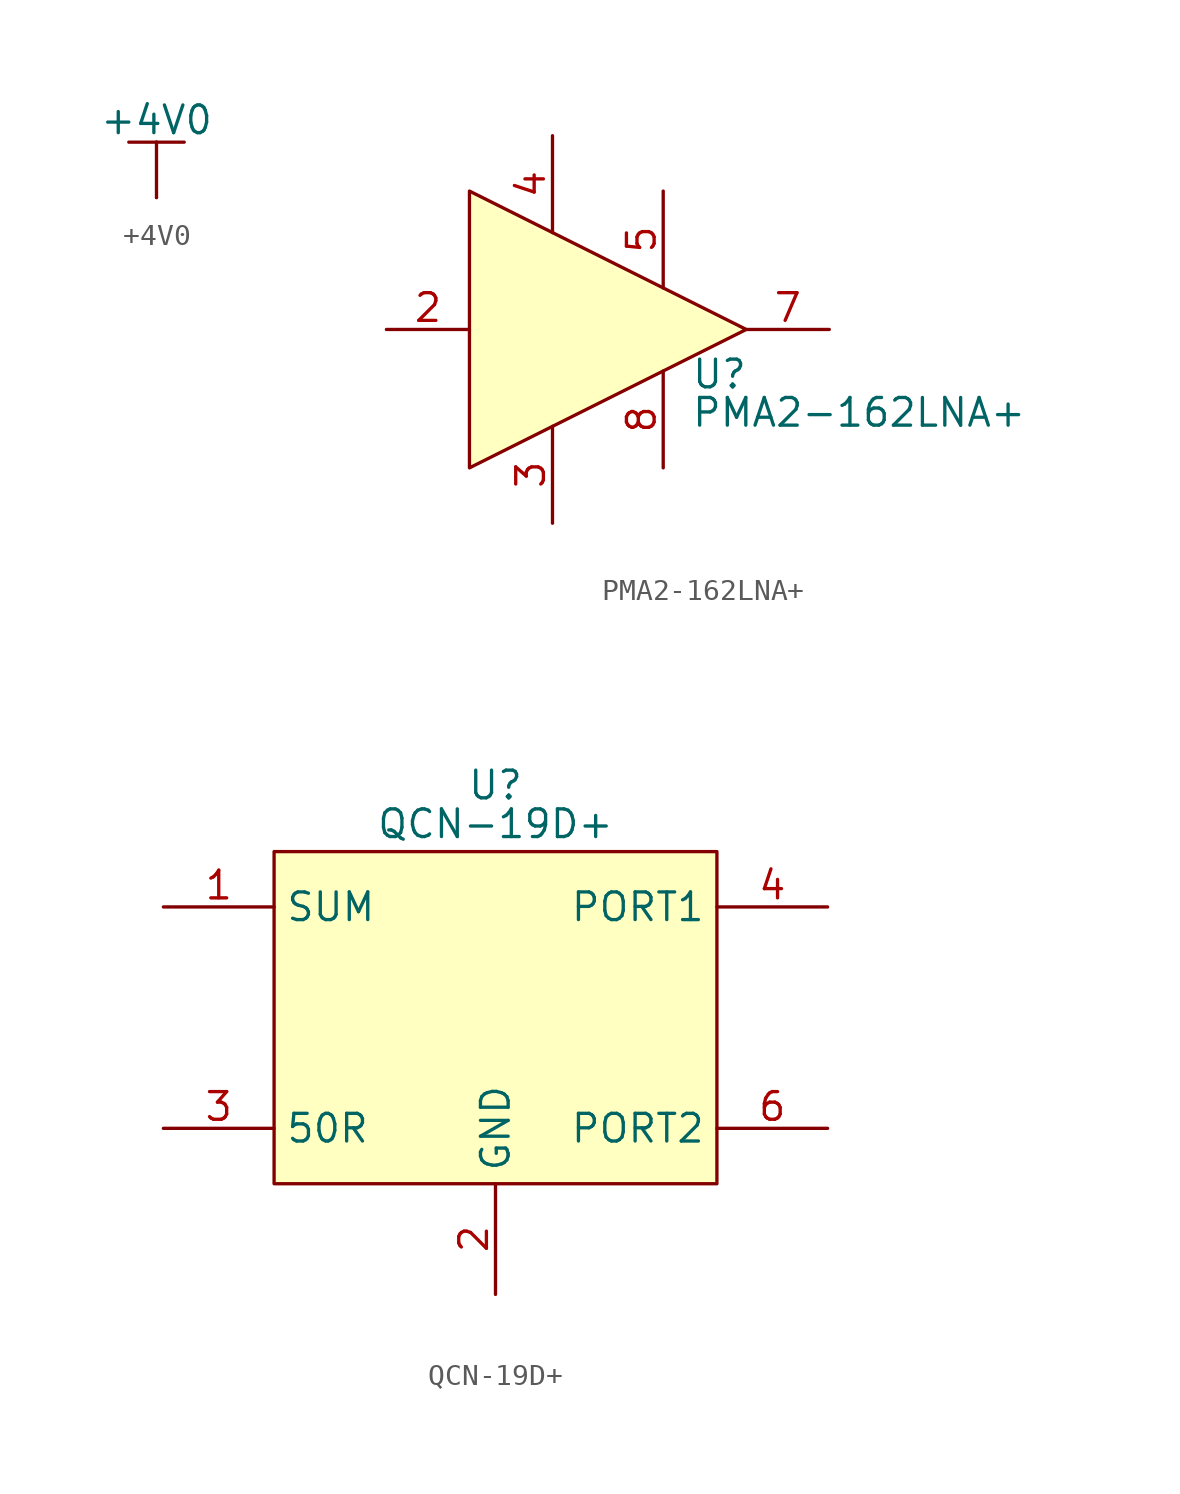
<source format=kicad_sym>
(kicad_symbol_lib
  (version 20241209)
  (generator "kicad_symbol_editor")
  (generator_version "9.0")
  (symbol "+4V0"
    (power)
    (pin_numbers
      (hide yes))
    (pin_names
      (offset 0)
      (hide yes))
    (property "Reference" "#PWR"
      (at 0 0 0)
      (effects (font (size 1.27 1.27)) (hide yes)))
    (property "Value" "+4V0"
      (at 0 3.556 0)
      (do_not_autoplace)
      (effects (font (size 1.27 1.27))))
    (symbol "+4V0_0_1"
      (polyline (pts (xy -1.27 2.54) (xy 0 2.54)) (stroke (width 0) (type default)) (fill (type none)))
      (polyline (pts (xy 0 2.54) (xy 1.27 2.54)) (stroke (width 0) (type default)) (fill (type none)))
      (polyline (pts (xy 0 0) (xy 0 2.54)) (stroke (width 0) (type default)) (fill (type none))))
    (symbol "+4V0_1_1"
      (pin power_in line (at 0 0 90) (length 0) (name "~" (effects (font (size 1.27 1.27)))) (number "1" (effects (font (size 1.27 1.27)))))))
  (symbol "PMA2-162LNA+"
    (pin_names
      (hide yes))
    (property "Reference" "U"
      (at 3.81 -2.794 0)
      (do_not_autoplace)
      (effects (font (size 1.27 1.27)) (justify left bottom)))
    (property "Value" "PMA2-162LNA+"
      (at 3.81 -3.81 0)
      (do_not_autoplace)
      (effects (font (size 1.27 1.27)) (justify left)))
    (symbol "PMA2-162LNA+_1_0"
      (pin input line (at -10.16 0 0) (length 3.81) (name "RF-IN" (effects (font (size 1.27 1.27)))) (number "2" (effects (font (size 1.27 1.27)))))
      (pin input line (at -2.54 8.89 270) (length 4.445) (name "BIAS" (effects (font (size 1.27 1.27)))) (number "4" (effects (font (size 1.27 1.27)))))
      (pin passive line (at -2.54 -8.89 90) (length 4.445) (name "RF-GND" (effects (font (size 1.27 1.27)))) (number "3" (effects (font (size 1.27 1.27)))))
      (pin input line (at 2.54 6.35 270) (length 4.445) (name "FB" (effects (font (size 1.27 1.27)))) (number "5" (effects (font (size 1.27 1.27)))))
      (pin passive line (at 2.54 -6.35 90) (length 4.445) (hide yes) (name "NC" (effects (font (size 1.27 1.27)))) (number "1" (effects (font (size 1.27 1.27)))))
      (pin passive line (at 2.54 -6.35 90) (length 4.445) (hide yes) (name "NC" (effects (font (size 1.27 1.27)))) (number "6" (effects (font (size 1.27 1.27)))))
      (pin passive line (at 2.54 -6.35 90) (length 4.445) (name "GND" (effects (font (size 1.27 1.27)))) (number "8" (effects (font (size 1.27 1.27)))))
      (pin passive line (at 2.54 -6.35 90) (length 4.445) (hide yes) (name "GND" (effects (font (size 1.27 1.27)))) (number "9" (effects (font (size 1.27 1.27)))))
      (pin output line (at 10.16 0 180) (length 3.81) (name "RF-OUT" (effects (font (size 1.27 1.27)))) (number "7" (effects (font (size 1.27 1.27))))))
    (symbol "PMA2-162LNA+_1_1"
      (polyline (pts (xy -6.35 6.35) (xy -6.35 -6.35) (xy 6.35 0) (xy -6.35 6.35)) (stroke (width 0) (type default)) (fill (type background)))))
  (symbol "QCN-19D+"
    (property "Reference" "U"
      (at 0 10.668 0)
      (do_not_autoplace)
      (effects (font (size 1.27 1.27))))
    (property "Value" "QCN-19D+"
      (at 0 8.89 0)
      (do_not_autoplace)
      (effects (font (size 1.27 1.27))))
    (symbol "QCN-19D+_0_0"
      (pin passive line (at -15.24 -5.08 0) (length 5.08) (name "50R" (effects (font (size 1.27 1.27)))) (number "3" (effects (font (size 1.27 1.27)))))
      (pin passive line (at 15.24 5.08 180) (length 5.08) (name "PORT1" (effects (font (size 1.27 1.27)))) (number "4" (effects (font (size 1.27 1.27)))))
      (pin passive line (at 15.24 -5.08 180) (length 5.08) (name "PORT2" (effects (font (size 1.27 1.27)))) (number "6" (effects (font (size 1.27 1.27))))))
    (symbol "QCN-19D+_1_0"
      (pin passive line (at -15.24 5.08 0) (length 5.08) (name "SUM" (effects (font (size 1.27 1.27)))) (number "1" (effects (font (size 1.27 1.27)))))
      (pin power_in line (at 0 -12.7 90) (length 5.08) (name "GND" (effects (font (size 1.27 1.27)))) (number "2" (effects (font (size 1.27 1.27)))))
      (pin passive line (at 0 -12.7 90) (length 5.08) (hide yes) (name "GND" (effects (font (size 1.27 1.27)))) (number "5" (effects (font (size 1.27 1.27))))))
    (symbol "QCN-19D+_1_1"
      (rectangle (start -10.16 7.62) (end 10.16 -7.62) (stroke (width 0) (type default)) (fill (type background))))))
</source>
